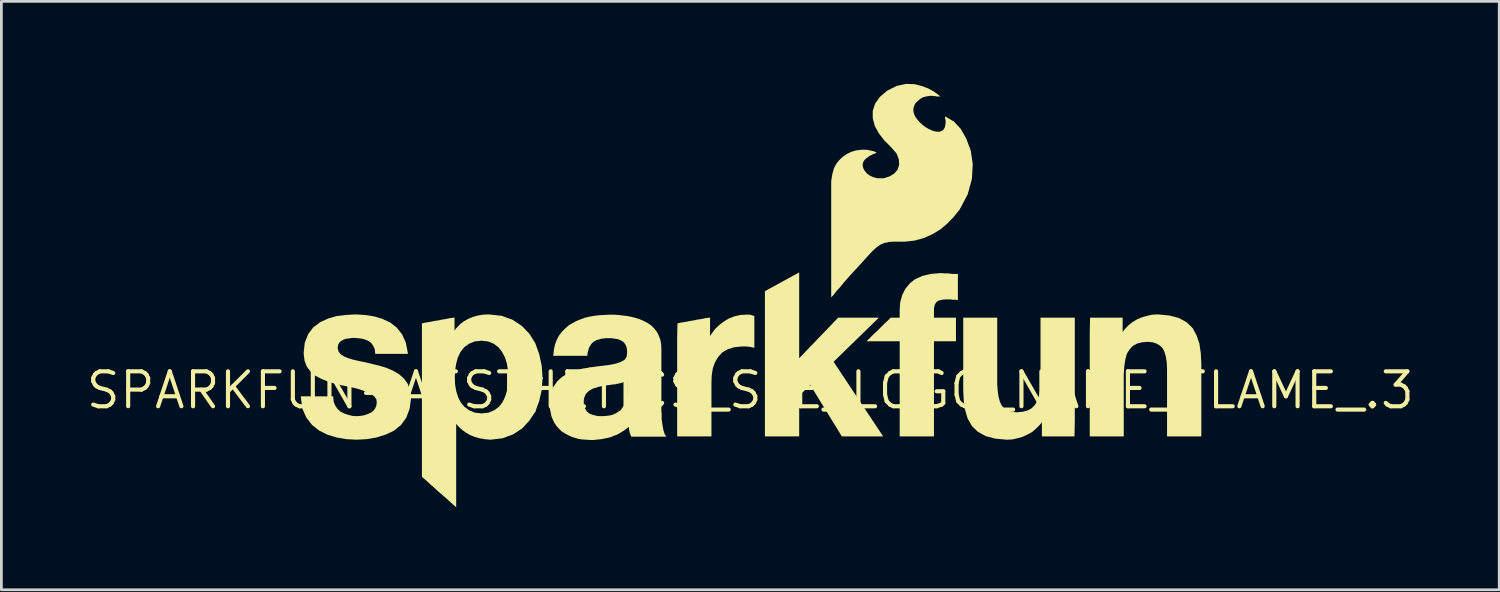
<source format=kicad_pcb>
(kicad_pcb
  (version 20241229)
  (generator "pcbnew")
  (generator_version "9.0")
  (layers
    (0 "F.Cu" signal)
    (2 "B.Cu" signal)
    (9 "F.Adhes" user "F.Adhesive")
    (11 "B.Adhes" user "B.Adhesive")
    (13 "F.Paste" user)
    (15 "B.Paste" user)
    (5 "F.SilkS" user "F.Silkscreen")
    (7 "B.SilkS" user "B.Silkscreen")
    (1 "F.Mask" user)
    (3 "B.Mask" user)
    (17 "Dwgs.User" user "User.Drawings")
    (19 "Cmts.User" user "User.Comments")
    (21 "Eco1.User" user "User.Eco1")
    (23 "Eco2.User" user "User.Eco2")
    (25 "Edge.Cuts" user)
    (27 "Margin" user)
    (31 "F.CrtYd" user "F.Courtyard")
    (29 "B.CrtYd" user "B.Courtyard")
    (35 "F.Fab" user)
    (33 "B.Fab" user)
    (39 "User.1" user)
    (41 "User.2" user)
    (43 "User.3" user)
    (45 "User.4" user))
  (footprint "SPARKFUN-AESTHETICS_SFE_LOGO_NAME_FLAME_.3"
    (layer "F.Cu")
    (at 24.228 11.14)
    (property "Reference" "SPARKFUN-AESTHETICS_SFE_LOGO_NAME_FLAME_.3" (at 0 0 0) (layer "F.SilkS") (effects (font (size 1.27 1.27) (thickness 0.15))))
    (fp_poly (pts (xy -7.55 -0.479) (xy -7.583 -0.016) (xy -7.674 0.389) (xy -7.83 0.811) (xy -8.927 0.278) (xy -8.848 0.019) (xy -8.809 -0.216) (xy -8.798 -0.511)) (stroke (width 0) (type default)) (fill yes) (layer "F.SilkS"))
    (fp_poly (pts (xy -4.875 -0.23) (xy -5.335 -0.164) (xy -5.393 -0.155) (xy -5.463 -0.135) (xy -5.532 -0.125) (xy -5.625 -0.094) (xy -5.872 -0.823) (xy -5.566 -0.87) (xy -5.306 -0.9) (xy -5.031 -0.934)) (stroke (width 0) (type default)) (fill yes) (layer "F.SilkS"))
    (fp_poly (pts (xy 1.777 -1.167) (xy 3.193 -2.64) (xy 4.673 -2.64) (xy 3.028 -1.037) (xy 4.83 1.676) (xy 3.328 1.676) (xy 2.181 -0.192) (xy 1.777 0.194) (xy 1.777 1.676) (xy 0.531 1.676) (xy 0.531 -3.605) (xy 1.777 -4.286)) (stroke (width 0) (type default)) (fill yes) (layer "F.SilkS"))
    (fp_poly (pts (xy 0.147 -2.699) (xy 0.147 -1.543) (xy 0.061 -1.565) (xy -0.035 -1.584) (xy -0.084 -1.584) (xy -0.144 -1.594) (xy -0.309 -1.594) (xy -0.593 -1.565) (xy -0.835 -1.487) (xy -1.026 -1.372) (xy -1.17 -1.209) (xy -1.286 -1.016) (xy -1.364 -0.793) (xy -1.403 -0.538) (xy -1.413 -0.271) (xy -1.413 1.676) (xy -2.659 1.676) (xy -2.659 -1.902) (xy -2.648 -2.433) (xy -2.478 -2.47) (xy -2.338 -2.49) (xy -2.198 -2.519) (xy -2.068 -2.539) (xy -1.928 -2.57) (xy -1.788 -2.59) (xy -1.648 -2.62) (xy -1.463 -2.646) (xy -1.463 -1.966) (xy -1.433 -2.022) (xy -1.3 -2.207) (xy -1.146 -2.361) (xy -0.973 -2.493) (xy -0.788 -2.606) (xy -0.583 -2.688) (xy -0.366 -2.74) (xy -0.142 -2.75) (xy -0.005 -2.75)) (stroke (width 0) (type default)) (fill yes) (layer "F.SilkS"))
    (fp_poly (pts (xy 7.051 -4.25) (xy 7.201 -4.25) (xy 7.361 -4.23) (xy 7.547 -4.23) (xy 7.547 -3.277) (xy 7.446 -3.294) (xy 7.346 -3.294) (xy 7.286 -3.304) (xy 7.081 -3.304) (xy 6.975 -3.294) (xy 6.89 -3.275) (xy 6.818 -3.249) (xy 6.767 -3.206) (xy 6.723 -3.144) (xy 6.696 -3.072) (xy 6.677 -2.978) (xy 6.677 -2.64) (xy 7.477 -2.64) (xy 7.477 -1.784) (xy 6.677 -1.784) (xy 6.677 1.676) (xy 5.431 1.676) (xy 5.431 -1.784) (xy 4.227 -1.784) (xy 4.493 -2.05) (xy 4.593 -2.14) (xy 4.893 -2.44) (xy 4.993 -2.53) (xy 5.103 -2.64) (xy 5.431 -2.64) (xy 5.431 -2.933) (xy 5.451 -3.209) (xy 5.523 -3.466) (xy 5.637 -3.693) (xy 5.802 -3.89) (xy 5.999 -4.045) (xy 6.257 -4.158) (xy 6.553 -4.23) (xy 6.887 -4.26) (xy 6.971 -4.26)) (stroke (width 0) (type default)) (fill yes) (layer "F.SilkS"))
    (fp_poly (pts (xy 8.977 -0.214) (xy 8.997 0.034) (xy 9.026 0.24) (xy 9.075 0.415) (xy 9.141 0.557) (xy 9.234 0.658) (xy 9.355 0.733) (xy 9.507 0.781) (xy 9.689 0.8) (xy 9.902 0.78) (xy 10.085 0.732) (xy 10.235 0.648) (xy 10.349 0.525) (xy 10.444 0.372) (xy 10.502 0.17) (xy 10.541 -0.086) (xy 10.551 -0.383) (xy 10.551 -2.64) (xy 11.797 -2.64) (xy 11.797 1.108) (xy 11.786 1.676) (xy 10.601 1.676) (xy 10.601 1.154) (xy 10.538 1.243) (xy 10.395 1.386) (xy 10.241 1.52) (xy 10.066 1.612) (xy 9.892 1.694) (xy 9.708 1.745) (xy 9.524 1.786) (xy 9.328 1.796) (xy 8.902 1.756) (xy 8.555 1.664) (xy 8.276 1.509) (xy 8.059 1.302) (xy 7.904 1.033) (xy 7.812 0.726) (xy 7.761 0.392) (xy 7.741 0.009) (xy 7.741 -2.64) (xy 8.977 -2.64)) (stroke (width 0) (type default)) (fill yes) (layer "F.SilkS"))
    (fp_poly (pts (xy 15.236 -2.72) (xy 15.583 -2.628) (xy 15.862 -2.473) (xy 16.08 -2.265) (xy 16.224 -1.997) (xy 16.326 -1.701) (xy 16.377 -1.356) (xy 16.397 -0.973) (xy 16.397 1.676) (xy 15.151 1.676) (xy 15.151 -0.761) (xy 15.141 -0.999) (xy 15.112 -1.204) (xy 15.063 -1.379) (xy 14.997 -1.52) (xy 14.895 -1.622) (xy 14.773 -1.697) (xy 14.631 -1.745) (xy 14.449 -1.764) (xy 14.236 -1.744) (xy 14.053 -1.696) (xy 13.903 -1.612) (xy 13.789 -1.489) (xy 13.694 -1.336) (xy 13.636 -1.134) (xy 13.597 -0.878) (xy 13.577 -0.581) (xy 13.577 1.676) (xy 12.341 1.676) (xy 12.341 -2.072) (xy 12.352 -2.64) (xy 13.537 -2.64) (xy 13.537 -2.118) (xy 13.599 -2.206) (xy 13.743 -2.36) (xy 13.897 -2.483) (xy 14.072 -2.586) (xy 14.247 -2.658) (xy 14.43 -2.709) (xy 14.614 -2.75) (xy 14.81 -2.76)) (stroke (width 0) (type default)) (fill yes) (layer "F.SilkS"))
    (fp_poly (pts (xy -9.042 -2.709) (xy -8.644 -2.566) (xy -8.306 -2.341) (xy -8.031 -2.056) (xy -7.816 -1.709) (xy -7.674 -1.312) (xy -7.583 -0.887) (xy -7.55 -0.403) (xy -8.798 -0.435) (xy -8.809 -0.718) (xy -8.848 -0.963) (xy -8.916 -1.187) (xy -9.023 -1.391) (xy -9.148 -1.555) (xy -9.32 -1.689) (xy -9.531 -1.775) (xy -9.771 -1.804) (xy -10.031 -1.775) (xy -10.232 -1.689) (xy -10.404 -1.564) (xy -10.538 -1.392) (xy -10.635 -1.189) (xy -10.694 -0.964) (xy -10.733 -0.718) (xy -10.743 -0.472) (xy -10.733 -0.216) (xy -10.694 0.019) (xy -10.625 0.244) (xy -10.529 0.437) (xy -10.395 0.6) (xy -10.222 0.725) (xy -10.021 0.811) (xy -9.771 0.84) (xy -9.511 0.811) (xy -9.31 0.725) (xy -9.138 0.6) (xy -9.013 0.438) (xy -8.898 0.207) (xy -7.795 0.743) (xy -8.031 1.102) (xy -8.296 1.387) (xy -8.624 1.602) (xy -9.012 1.745) (xy -9.451 1.796) (xy -9.656 1.776) (xy -9.839 1.745) (xy -10.023 1.694) (xy -10.198 1.622) (xy -10.352 1.53) (xy -10.506 1.417) (xy -10.639 1.284) (xy -10.693 1.221) (xy -10.693 4.251) (xy -10.906 4.066) (xy -11.046 3.936) (xy -11.346 3.676) (xy -11.486 3.546) (xy -11.636 3.416) (xy -11.776 3.286) (xy -11.939 3.145) (xy -11.939 -2.433) (xy -11.768 -2.47) (xy -11.628 -2.49) (xy -11.488 -2.52) (xy -11.348 -2.539) (xy -11.218 -2.569) (xy -11.078 -2.59) (xy -10.938 -2.62) (xy -10.753 -2.646) (xy -10.753 -2.17) (xy -10.701 -2.246) (xy -10.567 -2.39) (xy -10.422 -2.504) (xy -10.258 -2.596) (xy -10.084 -2.668) (xy -9.909 -2.719) (xy -9.715 -2.75) (xy -9.52 -2.76)) (stroke (width 0) (type default)) (fill yes) (layer "F.SilkS"))
    (fp_poly (pts (xy -14.017 -2.74) (xy -13.683 -2.689) (xy -13.377 -2.598) (xy -13.091 -2.465) (xy -12.854 -2.279) (xy -12.658 -2.032) (xy -12.524 -1.734) (xy -12.445 -1.324) (xy -13.635 -1.324) (xy -13.658 -1.511) (xy -13.714 -1.622) (xy -13.779 -1.716) (xy -13.871 -1.789) (xy -13.974 -1.836) (xy -14.109 -1.875) (xy -14.245 -1.894) (xy -14.392 -1.904) (xy -14.488 -1.904) (xy -14.596 -1.884) (xy -14.702 -1.875) (xy -14.795 -1.838) (xy -14.879 -1.791) (xy -14.95 -1.729) (xy -14.984 -1.651) (xy -15.002 -1.543) (xy -14.975 -1.418) (xy -14.904 -1.32) (xy -14.783 -1.236) (xy -14.618 -1.168) (xy -14.421 -1.109) (xy -14.193 -1.059) (xy -13.952 -1.009) (xy -13.712 -0.949) (xy -13.461 -0.889) (xy -13.208 -0.808) (xy -12.974 -0.706) (xy -12.768 -0.583) (xy -12.593 -0.428) (xy -12.457 -0.24) (xy -12.364 -0.001) (xy -12.333 0.278) (xy -12.384 0.667) (xy -12.507 0.996) (xy -12.703 1.265) (xy -12.961 1.471) (xy -13.267 1.614) (xy -13.592 1.715) (xy -13.947 1.776) (xy -14.311 1.796) (xy -14.685 1.776) (xy -15.04 1.715) (xy -15.375 1.614) (xy -15.682 1.46) (xy -15.938 1.255) (xy -16.144 0.988) (xy -16.288 0.658) (xy -16.344 0.22) (xy -15.167 0.22) (xy -15.144 0.428) (xy -15.087 0.559) (xy -15.002 0.683) (xy -14.899 0.776) (xy -14.766 0.843) (xy -14.62 0.891) (xy -14.465 0.93) (xy -14.301 0.94) (xy -14.175 0.93) (xy -14.05 0.911) (xy -13.934 0.872) (xy -13.819 0.824) (xy -13.717 0.759) (xy -13.644 0.668) (xy -13.598 0.567) (xy -13.58 0.438) (xy -13.597 0.323) (xy -13.659 0.234) (xy -13.762 0.15) (xy -13.907 0.073) (xy -14.093 0.004) (xy -14.311 -0.065) (xy -14.569 -0.125) (xy -14.869 -0.185) (xy -15.121 -0.245) (xy -15.374 -0.326) (xy -15.597 -0.417) (xy -15.813 -0.53) (xy -15.989 -0.686) (xy -16.125 -0.863) (xy -16.208 -1.083) (xy -16.239 -1.352) (xy -16.198 -1.731) (xy -16.075 -2.041) (xy -15.888 -2.289) (xy -15.641 -2.475) (xy -15.354 -2.608) (xy -15.039 -2.699) (xy -14.704 -2.74) (xy -14.361 -2.76)) (stroke (width 0) (type default)) (fill yes) (layer "F.SilkS"))
    (fp_poly (pts (xy 5.974 -11.13) (xy 6.251 -11.058) (xy 6.485 -10.967) (xy 6.67 -10.864) (xy 6.782 -10.783) (xy 6.913 -10.684) (xy 6.776 -10.684) (xy 6.714 -10.694) (xy 6.627 -10.704) (xy 6.522 -10.704) (xy 6.406 -10.685) (xy 6.283 -10.656) (xy 6.172 -10.591) (xy 6.065 -10.494) (xy 6 -10.429) (xy 5.964 -10.357) (xy 5.936 -10.274) (xy 5.927 -10.192) (xy 5.936 -10.11) (xy 5.965 -10.016) (xy 6.011 -9.923) (xy 6.088 -9.827) (xy 6.166 -9.739) (xy 6.264 -9.651) (xy 6.361 -9.573) (xy 6.477 -9.506) (xy 6.583 -9.457) (xy 6.689 -9.419) (xy 6.792 -9.4) (xy 6.872 -9.4) (xy 6.969 -9.435) (xy 7.038 -9.496) (xy 7.073 -9.565) (xy 7.091 -9.648) (xy 7.101 -9.734) (xy 7.101 -9.808) (xy 7.093 -9.85) (xy 7.081 -9.873) (xy 7.081 -9.958) (xy 7.403 -9.772) (xy 7.65 -9.505) (xy 7.854 -9.148) (xy 8.016 -8.711) (xy 8.087 -8.224) (xy 8.057 -7.686) (xy 7.905 -7.128) (xy 7.611 -6.571) (xy 7.398 -6.307) (xy 7.165 -6.064) (xy 6.911 -5.851) (xy 6.627 -5.678) (xy 6.312 -5.536) (xy 5.976 -5.444) (xy 5.621 -5.404) (xy 5.23 -5.404) (xy 5.044 -5.394) (xy 4.871 -5.356) (xy 4.718 -5.289) (xy 4.573 -5.183) (xy 4.426 -5.045) (xy 4.267 -4.876) (xy 4.097 -4.687) (xy 3.907 -4.476) (xy 3.727 -4.286) (xy 3.557 -4.097) (xy 3.408 -3.927) (xy 3.278 -3.767) (xy 3.158 -3.637) (xy 3.079 -3.539) (xy 3.028 -3.467) (xy 2.941 -3.38) (xy 2.941 -7.605) (xy 2.982 -7.86) (xy 3.043 -8.076) (xy 3.137 -8.253) (xy 3.251 -8.388) (xy 3.376 -8.502) (xy 3.52 -8.595) (xy 3.665 -8.667) (xy 3.831 -8.719) (xy 3.995 -8.74) (xy 4.139 -8.75) (xy 4.264 -8.74) (xy 4.367 -8.719) (xy 4.447 -8.699) (xy 4.501 -8.688) (xy 4.594 -8.642) (xy 4.502 -8.596) (xy 4.464 -8.586) (xy 4.416 -8.558) (xy 4.348 -8.529) (xy 4.214 -8.433) (xy 4.158 -8.377) (xy 4.113 -8.315) (xy 4.087 -8.236) (xy 4.087 -8.148) (xy 4.114 -8.058) (xy 4.17 -7.965) (xy 4.245 -7.88) (xy 4.348 -7.805) (xy 4.472 -7.748) (xy 4.624 -7.71) (xy 4.853 -7.71) (xy 5.063 -7.777) (xy 5.234 -7.881) (xy 5.355 -8.021) (xy 5.411 -8.197) (xy 5.401 -8.394) (xy 5.316 -8.612) (xy 5.121 -8.836) (xy 4.87 -9.087) (xy 4.667 -9.351) (xy 4.523 -9.618) (xy 4.451 -9.897) (xy 4.451 -10.158) (xy 4.535 -10.419) (xy 4.711 -10.668) (xy 4.978 -10.894) (xy 5.326 -11.068) (xy 5.666 -11.14)) (stroke (width 0) (type default)) (fill yes) (layer "F.SilkS"))
    (fp_poly (pts (xy -4.808 -2.74) (xy -4.636 -2.72) (xy -4.475 -2.7) (xy -4.313 -2.669) (xy -4.16 -2.629) (xy -4.007 -2.578) (xy -3.864 -2.516) (xy -3.731 -2.445) (xy -3.607 -2.362) (xy -3.503 -2.258) (xy -3.409 -2.143) (xy -3.336 -2.008) (xy -3.274 -1.853) (xy -3.243 -1.687) (xy -3.233 -1.503) (xy -3.233 0.775) (xy -3.223 0.845) (xy -3.223 1.055) (xy -3.203 1.192) (xy -3.174 1.371) (xy -3.154 1.467) (xy -3.134 1.517) (xy -3.125 1.566) (xy -3.108 1.599) (xy -3.05 1.686) (xy -4.325 1.686) (xy -4.346 1.643) (xy -4.356 1.613) (xy -4.366 1.593) (xy -4.389 1.524) (xy -4.389 1.504) (xy -4.399 1.474) (xy -4.399 1.454) (xy -4.409 1.424) (xy -4.409 1.374) (xy -4.419 1.344) (xy -4.419 1.33) (xy -4.426 1.337) (xy -4.589 1.459) (xy -4.752 1.561) (xy -4.846 1.613) (xy -4.937 1.644) (xy -5.027 1.684) (xy -5.121 1.715) (xy -5.213 1.735) (xy -5.415 1.776) (xy -5.507 1.786) (xy -5.709 1.806) (xy -5.812 1.806) (xy -6.115 1.786) (xy -6.249 1.765) (xy -6.392 1.724) (xy -6.516 1.683) (xy -6.639 1.622) (xy -6.75 1.561) (xy -6.865 1.488) (xy -6.959 1.394) (xy -7.041 1.302) (xy -7.114 1.198) (xy -7.176 1.074) (xy -7.228 0.949) (xy -7.258 0.806) (xy -7.289 0.652) (xy -7.289 0.496) (xy -7.259 0.16) (xy -7.165 -0.119) (xy -7.01 -0.338) (xy -6.823 -0.503) (xy -6.597 -0.627) (xy -6.353 -0.718) (xy -6.099 -0.789) (xy -5.795 -0.834) (xy -5.553 -0.118) (xy -5.706 -0.067) (xy -5.763 -0.039) (xy -5.859 0.019) (xy -5.906 0.056) (xy -5.943 0.093) (xy -5.98 0.14) (xy -6.006 0.184) (xy -6.044 0.297) (xy -6.053 0.361) (xy -6.053 0.505) (xy -6.044 0.57) (xy -6.026 0.633) (xy -5.942 0.773) (xy -5.898 0.808) (xy -5.86 0.836) (xy -5.815 0.863) (xy -5.702 0.901) (xy -5.643 0.911) (xy -5.573 0.931) (xy -5.518 0.94) (xy -5.382 0.94) (xy -5.225 0.93) (xy -5.089 0.911) (xy -4.965 0.873) (xy -4.87 0.825) (xy -4.783 0.767) (xy -4.708 0.711) (xy -4.652 0.635) (xy -4.603 0.567) (xy -4.555 0.491) (xy -4.528 0.417) (xy -4.508 0.329) (xy -4.488 0.251) (xy -4.479 0.185) (xy -4.479 -0.358) (xy -4.504 -0.348) (xy -4.554 -0.318) (xy -4.661 -0.275) (xy -4.722 -0.265) (xy -4.782 -0.245) (xy -4.855 -0.234) (xy -4.95 -0.218) (xy -5.106 -0.92) (xy -4.862 -0.979) (xy -4.697 -1.037) (xy -4.568 -1.111) (xy -4.498 -1.216) (xy -4.479 -1.364) (xy -4.479 -1.449) (xy -4.488 -1.514) (xy -4.526 -1.644) (xy -4.562 -1.69) (xy -4.59 -1.737) (xy -4.633 -1.771) (xy -4.727 -1.827) (xy -4.84 -1.865) (xy -5.044 -1.894) (xy -5.269 -1.894) (xy -5.346 -1.884) (xy -5.413 -1.875) (xy -5.55 -1.836) (xy -5.606 -1.817) (xy -5.66 -1.79) (xy -5.754 -1.715) (xy -5.79 -1.67) (xy -5.819 -1.622) (xy -5.856 -1.565) (xy -5.875 -1.511) (xy -5.894 -1.442) (xy -5.913 -1.365) (xy -5.927 -1.254) (xy -7.163 -1.254) (xy -7.139 -1.488) (xy -7.098 -1.673) (xy -7.036 -1.838) (xy -6.953 -1.993) (xy -6.85 -2.127) (xy -6.737 -2.24) (xy -6.614 -2.353) (xy -6.48 -2.435) (xy -6.327 -2.517) (xy -6.175 -2.578) (xy -6.012 -2.639) (xy -5.839 -2.679) (xy -5.667 -2.71) (xy -5.494 -2.73) (xy -5.132 -2.75) (xy -4.97 -2.75)) (stroke (width 0) (type default)) (fill yes) (layer "F.SilkS")))
  (gr_rect
    (start -3 -3)
    (end 51.456 18.392)
    (stroke (width 0.1) (type default))
    (fill no)
    (layer "Edge.Cuts")))
</source>
